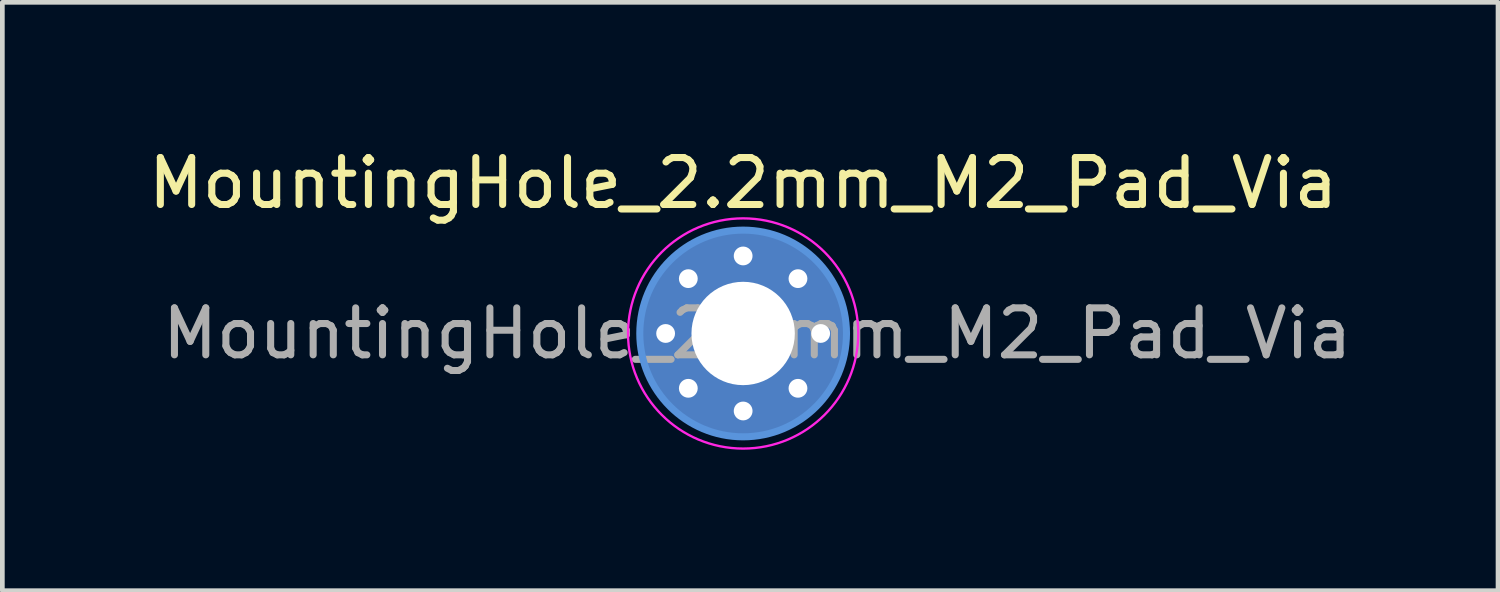
<source format=kicad_pcb>
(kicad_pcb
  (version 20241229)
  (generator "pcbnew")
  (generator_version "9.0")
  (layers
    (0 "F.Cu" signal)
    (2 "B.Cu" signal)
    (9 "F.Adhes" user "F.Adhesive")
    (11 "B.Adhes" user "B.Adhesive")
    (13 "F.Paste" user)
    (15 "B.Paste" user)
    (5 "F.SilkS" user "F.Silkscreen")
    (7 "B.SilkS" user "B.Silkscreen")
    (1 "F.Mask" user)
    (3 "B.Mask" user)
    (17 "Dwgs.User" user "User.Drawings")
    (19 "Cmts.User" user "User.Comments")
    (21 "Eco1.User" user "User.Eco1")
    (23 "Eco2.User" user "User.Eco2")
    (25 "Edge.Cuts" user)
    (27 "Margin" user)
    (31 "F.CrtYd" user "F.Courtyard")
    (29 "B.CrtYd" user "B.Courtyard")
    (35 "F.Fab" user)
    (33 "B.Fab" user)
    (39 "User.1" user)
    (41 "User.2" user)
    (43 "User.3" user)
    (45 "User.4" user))
  (footprint "MountingHole_2.2mm_M2_Pad_Via"
    (layer "F.Cu")
    (at 12.768 4.048)
    (property "Reference" "MountingHole_2.2mm_M2_Pad_Via" (at 0 -3.2 0) (layer "F.SilkS") (effects (font (size 1 1) (thickness 0.15))))
    (attr exclude_from_pos_files exclude_from_bom)
    (fp_circle (center 0 0) (end 2.2 0) (stroke (width 0.15) (type solid)) (fill no) (layer "Cmts.User"))
    (fp_circle (center 0 0) (end 2.45 0) (stroke (width 0.05) (type solid)) (fill no) (layer "F.CrtYd"))
    (fp_text user "${REFERENCE}" (at 0.3 0 0) (layer "F.Fab") (effects (font (size 1 1) (thickness 0.15))))
    (pad "1" thru_hole circle (at -1.65 0) (size 0.7 0.7) (drill 0.4) (layers "*.Cu" "*.Mask"))
    (pad "1" thru_hole circle (at -1.167 -1.167) (size 0.7 0.7) (drill 0.4) (layers "*.Cu" "*.Mask"))
    (pad "1" thru_hole circle (at -1.167 1.167) (size 0.7 0.7) (drill 0.4) (layers "*.Cu" "*.Mask"))
    (pad "1" thru_hole circle (at 0 -1.65) (size 0.7 0.7) (drill 0.4) (layers "*.Cu" "*.Mask"))
    (pad "1" thru_hole circle (at 0 0) (size 4.4 4.4) (drill 2.2) (layers "*.Cu" "*.Mask"))
    (pad "1" thru_hole circle (at 0 1.65) (size 0.7 0.7) (drill 0.4) (layers "*.Cu" "*.Mask"))
    (pad "1" thru_hole circle (at 1.167 -1.167) (size 0.7 0.7) (drill 0.4) (layers "*.Cu" "*.Mask"))
    (pad "1" thru_hole circle (at 1.167 1.167) (size 0.7 0.7) (drill 0.4) (layers "*.Cu" "*.Mask"))
    (pad "1" thru_hole circle (at 1.65 0) (size 0.7 0.7) (drill 0.4) (layers "*.Cu" "*.Mask")))
  (gr_rect
    (start -3 -3)
    (end 28.836 9.523)
    (stroke (width 0.1) (type default))
    (fill no)
    (layer "Edge.Cuts")))
</source>
